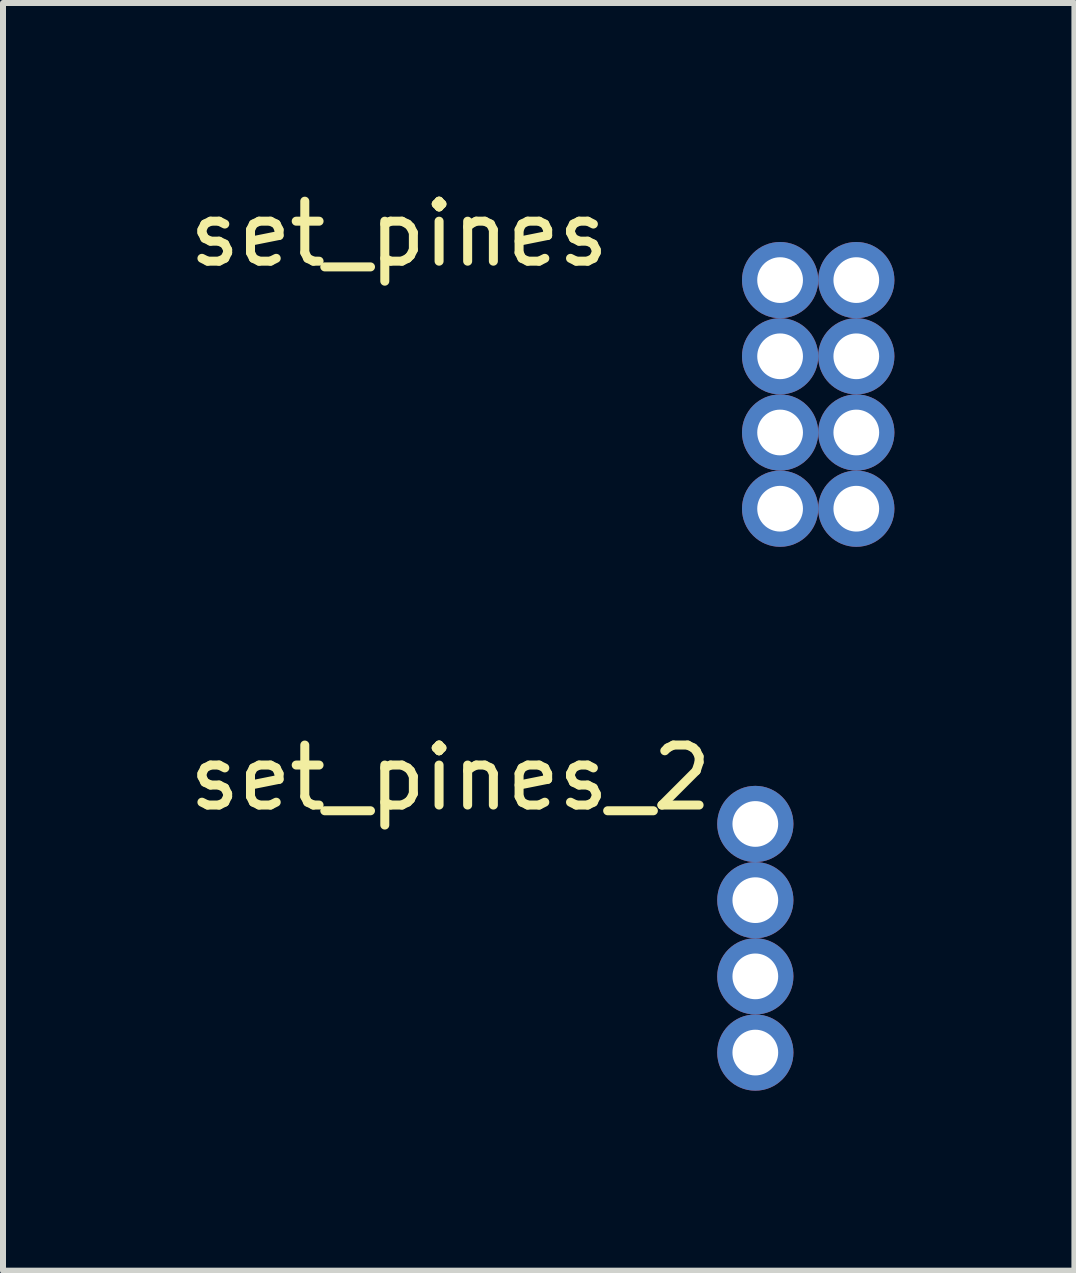
<source format=kicad_pcb>
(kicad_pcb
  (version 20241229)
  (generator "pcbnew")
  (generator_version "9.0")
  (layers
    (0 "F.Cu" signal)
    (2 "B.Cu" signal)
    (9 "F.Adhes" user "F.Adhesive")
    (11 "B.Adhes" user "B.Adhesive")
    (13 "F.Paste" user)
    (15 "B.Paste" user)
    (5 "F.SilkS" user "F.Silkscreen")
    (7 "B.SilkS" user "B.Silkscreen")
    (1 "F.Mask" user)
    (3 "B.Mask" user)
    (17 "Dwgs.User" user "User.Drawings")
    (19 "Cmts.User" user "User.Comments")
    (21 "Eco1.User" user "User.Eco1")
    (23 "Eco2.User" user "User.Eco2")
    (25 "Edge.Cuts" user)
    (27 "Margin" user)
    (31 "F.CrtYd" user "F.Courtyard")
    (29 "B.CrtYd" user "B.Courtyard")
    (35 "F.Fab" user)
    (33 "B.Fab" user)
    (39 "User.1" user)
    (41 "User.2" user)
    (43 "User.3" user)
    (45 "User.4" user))
  (footprint "set_pines"
    (layer "F.Cu")
    (at 3.601 0.348)
    (property "Reference" "set_pines" (at 0 0.5 0) (layer "F.SilkS") (effects (font (size 1 1) (thickness 0.15))))
    (attr through_hole)
    (pad "1" thru_hole circle (at 6.35 1.27) (size 1.27 1.27) (drill 0.762) (layers "*.Cu" "*.Mask"))
    (pad "2" thru_hole circle (at 7.62 1.27) (size 1.27 1.27) (drill 0.762) (layers "*.Cu" "*.Mask"))
    (pad "3" thru_hole circle (at 6.35 2.54) (size 1.27 1.27) (drill 0.762) (layers "*.Cu" "*.Mask"))
    (pad "4" thru_hole circle (at 7.62 2.54) (size 1.27 1.27) (drill 0.762) (layers "*.Cu" "*.Mask"))
    (pad "5" thru_hole circle (at 6.35 3.81) (size 1.27 1.27) (drill 0.762) (layers "*.Cu" "*.Mask"))
    (pad "6" thru_hole circle (at 7.62 3.81) (size 1.27 1.27) (drill 0.762) (layers "*.Cu" "*.Mask"))
    (pad "7" thru_hole circle (at 6.35 5.08) (size 1.27 1.27) (drill 0.762) (layers "*.Cu" "*.Mask"))
    (pad "8" thru_hole circle (at 7.62 5.08) (size 1.27 1.27) (drill 0.762) (layers "*.Cu" "*.Mask")))
  (footprint "set_pines_2"
    (layer "F.Cu")
    (at 4.458 9.412)
    (property "Reference" "set_pines_2" (at 0 0.5 0) (layer "F.SilkS") (effects (font (size 1 1) (thickness 0.15))))
    (attr through_hole)
    (pad "1" thru_hole circle (at 5.08 1.27) (size 1.27 1.27) (drill 0.762) (layers "*.Cu" "*.Mask"))
    (pad "2" thru_hole circle (at 5.08 2.54) (size 1.27 1.27) (drill 0.762) (layers "*.Cu" "*.Mask"))
    (pad "3" thru_hole circle (at 5.08 3.81) (size 1.27 1.27) (drill 0.762) (layers "*.Cu" "*.Mask"))
    (pad "4" thru_hole circle (at 5.08 5.08) (size 1.27 1.27) (drill 0.762) (layers "*.Cu" "*.Mask")))
  (gr_rect
    (start -3 -3)
    (end 14.856 18.127)
    (stroke (width 0.1) (type default))
    (fill no)
    (layer "Edge.Cuts")))
</source>
